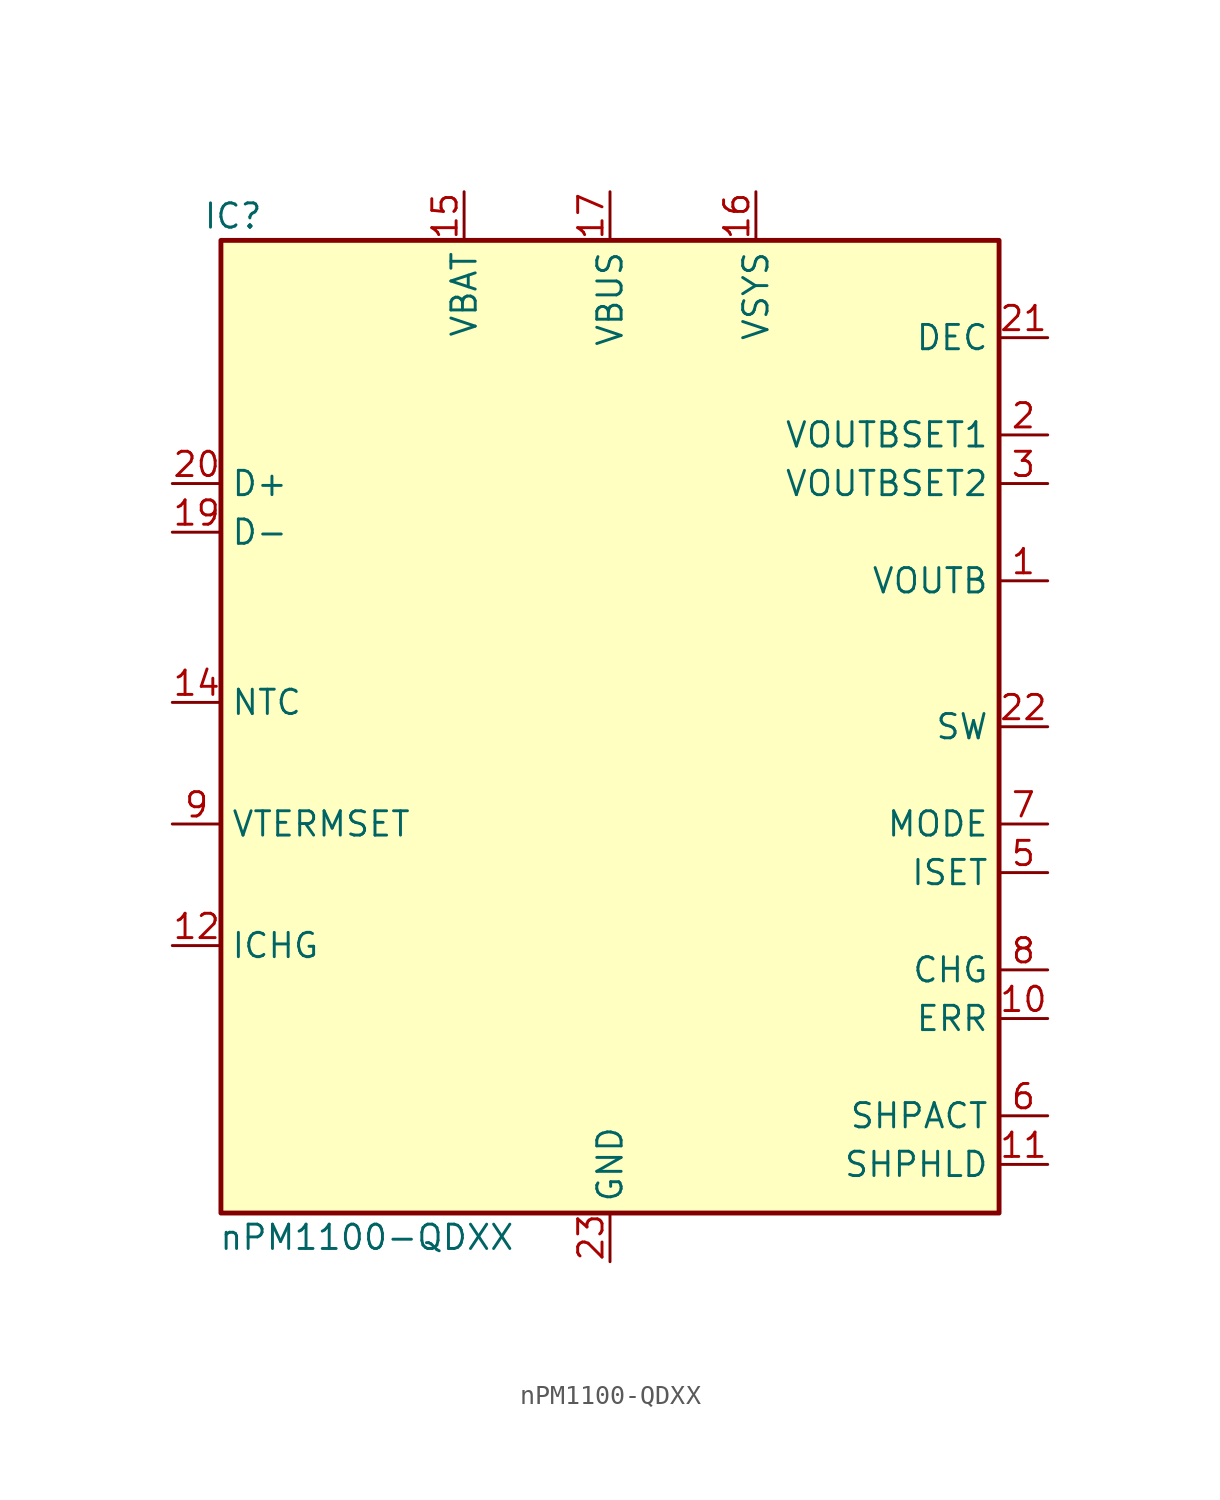
<source format=kicad_sym>
(kicad_symbol_lib
  (version 20231120)
  (generator "kicad_symbol_editor")
  (generator_version "8.0")
  (symbol "nPM1100-QDXX"
    (property "Reference" "IC"
      (at -19.685 26.67 0)
      (do_not_autoplace)
      (effects (font (size 1.27 1.27))))
    (property "Value" "nPM1100-QDXX"
      (at -12.7 -26.67 0)
      (do_not_autoplace)
      (effects (font (size 1.27 1.27))))
    (symbol "nPM1100-QDXX_0_0"
      (pin output line (at 22.86 -15.24 180) (length 2.54) (name "ERR" (effects (font (size 1.27 1.27)))) (number "10" (effects (font (size 1.27 1.27)))))
      (pin bidirectional line (at 22.86 -22.86 180) (length 2.54) (name "SHPHLD" (effects (font (size 1.27 1.27)))) (number "11" (effects (font (size 1.27 1.27)))))
      (pin power_in line (at -7.62 27.94 270) (length 2.54) (name "VBAT" (effects (font (size 1.27 1.27)))) (number "15" (effects (font (size 1.27 1.27)))))
      (pin power_in line (at 7.62 27.94 270) (length 2.54) (name "VSYS" (effects (font (size 1.27 1.27)))) (number "16" (effects (font (size 1.27 1.27)))))
      (pin power_in line (at 0 27.94 270) (length 2.54) (name "VBUS" (effects (font (size 1.27 1.27)))) (number "17" (effects (font (size 1.27 1.27)))))
      (pin input line (at -22.86 10.16 0) (length 2.54) (name "D-" (effects (font (size 1.27 1.27)))) (number "19" (effects (font (size 1.27 1.27)))))
      (pin input line (at 22.86 15.24 180) (length 2.54) (name "VOUTBSET1" (effects (font (size 1.27 1.27)))) (number "2" (effects (font (size 1.27 1.27)))))
      (pin input line (at -22.86 12.7 0) (length 2.54) (name "D+" (effects (font (size 1.27 1.27)))) (number "20" (effects (font (size 1.27 1.27)))))
      (pin output line (at 22.86 20.32 180) (length 2.54) (name "DEC" (effects (font (size 1.27 1.27)))) (number "21" (effects (font (size 1.27 1.27)))))
      (pin input line (at 22.86 12.7 180) (length 2.54) (name "VOUTBSET2" (effects (font (size 1.27 1.27)))) (number "3" (effects (font (size 1.27 1.27)))))
      (pin input line (at 22.86 -7.62 180) (length 2.54) (name "ISET" (effects (font (size 1.27 1.27)))) (number "5" (effects (font (size 1.27 1.27)))))
      (pin bidirectional line (at 22.86 -20.32 180) (length 2.54) (name "SHPACT" (effects (font (size 1.27 1.27)))) (number "6" (effects (font (size 1.27 1.27)))))
      (pin input line (at 22.86 -5.08 180) (length 2.54) (name "MODE" (effects (font (size 1.27 1.27)))) (number "7" (effects (font (size 1.27 1.27)))))
      (pin output line (at 22.86 -12.7 180) (length 2.54) (name "CHG" (effects (font (size 1.27 1.27)))) (number "8" (effects (font (size 1.27 1.27))))))
    (symbol "nPM1100-QDXX_1_0"
      (pin output line (at 22.86 7.62 180) (length 2.54) (name "VOUTB" (effects (font (size 1.27 1.27)))) (number "1" (effects (font (size 1.27 1.27)))))
      (pin input line (at -22.86 -11.43 0) (length 2.54) (name "ICHG" (effects (font (size 1.27 1.27)))) (number "12" (effects (font (size 1.27 1.27)))))
      (pin input line (at -22.86 1.27 0) (length 2.54) (name "NTC" (effects (font (size 1.27 1.27)))) (number "14" (effects (font (size 1.27 1.27)))))
      (pin bidirectional line (at 22.86 0 180) (length 2.54) (name "SW" (effects (font (size 1.27 1.27)))) (number "22" (effects (font (size 1.27 1.27)))))
      (pin passive line (at 0 -27.94 90) (length 2.54) (name "GND" (effects (font (size 1.27 1.27)))) (number "23" (effects (font (size 1.27 1.27)))))
      (pin passive line (at 0 -27.94 90) (length 2.54) hide (name "EP" (effects (font (size 1.27 1.27)))) (number "25" (effects (font (size 1.27 1.27)))))
      (pin passive line (at 0 -27.94 90) (length 2.54) hide (name "AVSS" (effects (font (size 1.27 1.27)))) (number "4" (effects (font (size 1.27 1.27)))))
      (pin input line (at -22.86 -5.08 0) (length 2.54) (name "VTERMSET" (effects (font (size 1.27 1.27)))) (number "9" (effects (font (size 1.27 1.27))))))
    (symbol "nPM1100-QDXX_1_1"
      (rectangle (start -20.32 25.4) (end 20.32 -25.4) (stroke (width 0.254) (type default)) (fill (type background)))
      (pin no_connect line (at -22.86 -20.32 0) (length 2.54) hide (name "NC" (effects (font (size 1.27 1.27)))) (number "13" (effects (font (size 1.27 1.27)))))
      (pin no_connect line (at -22.86 -20.32 0) (length 2.54) hide (name "NC" (effects (font (size 1.27 1.27)))) (number "18" (effects (font (size 1.27 1.27)))))
      (pin no_connect line (at -22.86 -20.32 0) (length 2.54) hide (name "NC" (effects (font (size 1.27 1.27)))) (number "24" (effects (font (size 1.27 1.27))))))))
</source>
